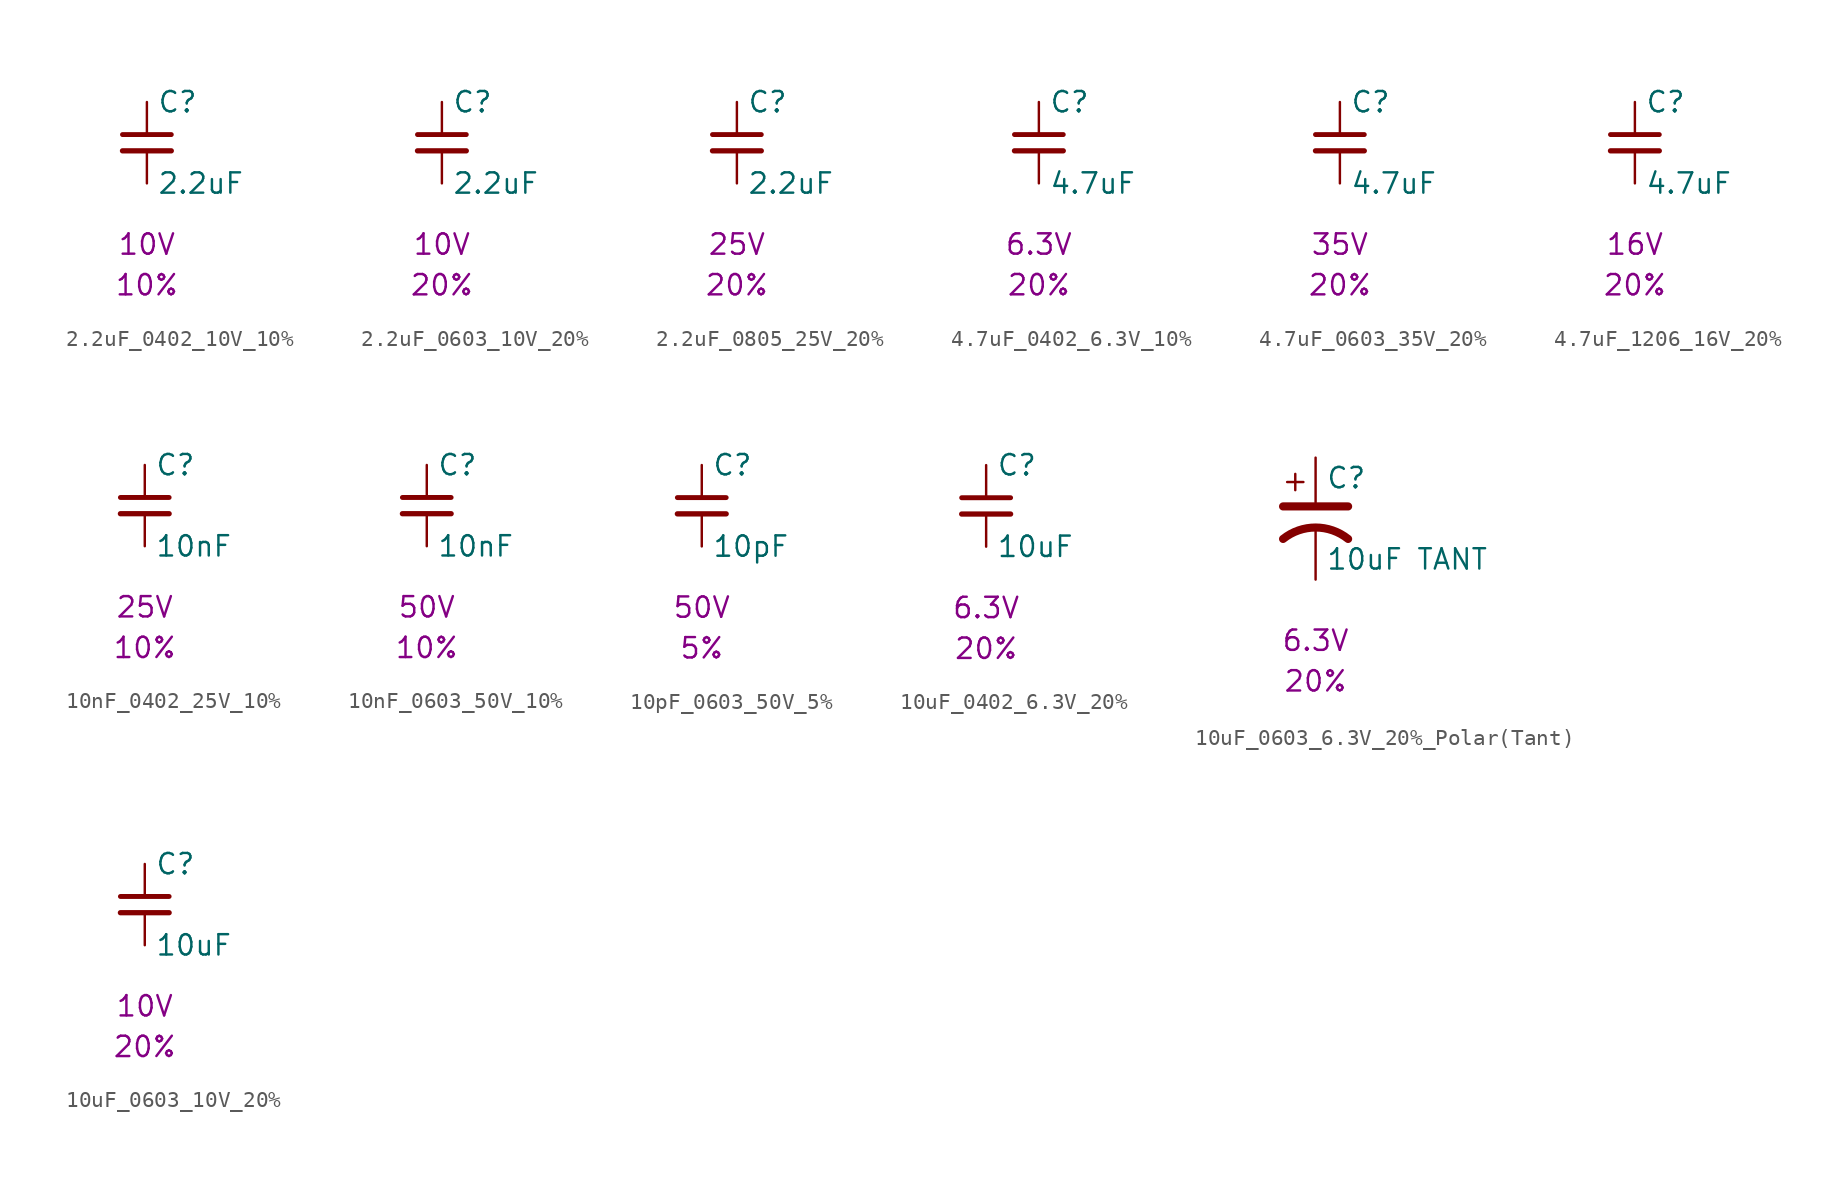
<source format=kicad_sym>
(kicad_symbol_lib
  (version 20231120)
  (generator "kicad_symbol_editor")
  (generator_version "8.0")
  (symbol "2.2uF_0402_10V_10%"
    (pin_numbers hide)
    (pin_names
      (offset 0.254))
    (property "Reference" "C"
      (at 0.635 2.54 0)
      (effects (font (size 1.27 1.27)) (justify left)))
    (property "Value" "2.2uF"
      (at 0.635 -2.54 0)
      (effects (font (size 1.27 1.27)) (justify left)))
    (property "Voltage" "10V"
      (at 0 -6.35 0)
      (effects (font (size 1.27 1.27))))
    (property "Tolerance" "10%"
      (at 0 -8.89 0)
      (effects (font (size 1.27 1.27))))
    (symbol "2.2uF_0402_10V_10%_0_1"
      (polyline (pts (xy -1.524 -0.508) (xy 1.524 -0.508)) (stroke (width 0.33) (type default)) (fill (type none)))
      (polyline (pts (xy -1.524 0.508) (xy 1.524 0.508)) (stroke (width 0.305) (type default)) (fill (type none))))
    (symbol "2.2uF_0402_10V_10%_1_1"
      (pin passive line (at 0 2.54 270) (length 2.032) (name "~" (effects (font (size 1.27 1.27)))) (number "1" (effects (font (size 1.27 1.27)))))
      (pin passive line (at 0 -2.54 90) (length 2.032) (name "~" (effects (font (size 1.27 1.27)))) (number "2" (effects (font (size 1.27 1.27)))))))
  (symbol "2.2uF_0603_10V_20%"
    (pin_numbers hide)
    (pin_names
      (offset 0.254))
    (property "Reference" "C"
      (at 0.635 2.54 0)
      (effects (font (size 1.27 1.27)) (justify left)))
    (property "Value" "2.2uF"
      (at 0.635 -2.54 0)
      (effects (font (size 1.27 1.27)) (justify left)))
    (property "Voltage" "10V"
      (at 0 -6.35 0)
      (effects (font (size 1.27 1.27))))
    (property "Tolerance" "20%"
      (at 0 -8.89 0)
      (effects (font (size 1.27 1.27))))
    (symbol "2.2uF_0603_10V_20%_0_1"
      (polyline (pts (xy -1.524 -0.508) (xy 1.524 -0.508)) (stroke (width 0.33) (type default)) (fill (type none)))
      (polyline (pts (xy -1.524 0.508) (xy 1.524 0.508)) (stroke (width 0.305) (type default)) (fill (type none))))
    (symbol "2.2uF_0603_10V_20%_1_1"
      (pin passive line (at 0 2.54 270) (length 2.032) (name "~" (effects (font (size 1.27 1.27)))) (number "1" (effects (font (size 1.27 1.27)))))
      (pin passive line (at 0 -2.54 90) (length 2.032) (name "~" (effects (font (size 1.27 1.27)))) (number "2" (effects (font (size 1.27 1.27)))))))
  (symbol "2.2uF_0805_25V_20%"
    (pin_numbers hide)
    (pin_names
      (offset 0.254))
    (property "Reference" "C"
      (at 0.635 2.54 0)
      (effects (font (size 1.27 1.27)) (justify left)))
    (property "Value" "2.2uF"
      (at 0.635 -2.54 0)
      (effects (font (size 1.27 1.27)) (justify left)))
    (property "Voltage" "25V"
      (at 0 -6.35 0)
      (effects (font (size 1.27 1.27))))
    (property "Tolerance" "20%"
      (at 0 -8.89 0)
      (effects (font (size 1.27 1.27))))
    (symbol "2.2uF_0805_25V_20%_0_1"
      (polyline (pts (xy -1.524 -0.508) (xy 1.524 -0.508)) (stroke (width 0.33) (type default)) (fill (type none)))
      (polyline (pts (xy -1.524 0.508) (xy 1.524 0.508)) (stroke (width 0.305) (type default)) (fill (type none))))
    (symbol "2.2uF_0805_25V_20%_1_1"
      (pin passive line (at 0 2.54 270) (length 2.032) (name "~" (effects (font (size 1.27 1.27)))) (number "1" (effects (font (size 1.27 1.27)))))
      (pin passive line (at 0 -2.54 90) (length 2.032) (name "~" (effects (font (size 1.27 1.27)))) (number "2" (effects (font (size 1.27 1.27)))))))
  (symbol "4.7uF_0402_6.3V_10%"
    (pin_numbers hide)
    (pin_names
      (offset 0.254))
    (property "Reference" "C"
      (at 0.635 2.54 0)
      (effects (font (size 1.27 1.27)) (justify left)))
    (property "Value" "4.7uF"
      (at 0.635 -2.54 0)
      (effects (font (size 1.27 1.27)) (justify left)))
    (property "Voltage" "6.3V"
      (at 0 -6.35 0)
      (effects (font (size 1.27 1.27))))
    (property "Tolerance" "20%"
      (at 0 -8.89 0)
      (effects (font (size 1.27 1.27))))
    (symbol "4.7uF_0402_6.3V_10%_0_1"
      (polyline (pts (xy -1.524 -0.508) (xy 1.524 -0.508)) (stroke (width 0.33) (type default)) (fill (type none)))
      (polyline (pts (xy -1.524 0.508) (xy 1.524 0.508)) (stroke (width 0.305) (type default)) (fill (type none))))
    (symbol "4.7uF_0402_6.3V_10%_1_1"
      (pin passive line (at 0 2.54 270) (length 2.032) (name "~" (effects (font (size 1.27 1.27)))) (number "1" (effects (font (size 1.27 1.27)))))
      (pin passive line (at 0 -2.54 90) (length 2.032) (name "~" (effects (font (size 1.27 1.27)))) (number "2" (effects (font (size 1.27 1.27)))))))
  (symbol "4.7uF_0603_35V_20%"
    (pin_numbers hide)
    (pin_names
      (offset 0.254))
    (property "Reference" "C"
      (at 0.635 2.54 0)
      (effects (font (size 1.27 1.27)) (justify left)))
    (property "Value" "4.7uF"
      (at 0.635 -2.54 0)
      (effects (font (size 1.27 1.27)) (justify left)))
    (property "Voltage" "35V"
      (at 0 -6.35 0)
      (effects (font (size 1.27 1.27))))
    (property "Tolerance" "20%"
      (at 0 -8.89 0)
      (effects (font (size 1.27 1.27))))
    (symbol "4.7uF_0603_35V_20%_0_1"
      (polyline (pts (xy -1.524 -0.508) (xy 1.524 -0.508)) (stroke (width 0.33) (type default)) (fill (type none)))
      (polyline (pts (xy -1.524 0.508) (xy 1.524 0.508)) (stroke (width 0.305) (type default)) (fill (type none))))
    (symbol "4.7uF_0603_35V_20%_1_1"
      (pin passive line (at 0 2.54 270) (length 2.032) (name "~" (effects (font (size 1.27 1.27)))) (number "1" (effects (font (size 1.27 1.27)))))
      (pin passive line (at 0 -2.54 90) (length 2.032) (name "~" (effects (font (size 1.27 1.27)))) (number "2" (effects (font (size 1.27 1.27)))))))
  (symbol "4.7uF_1206_16V_20%"
    (pin_numbers hide)
    (pin_names
      (offset 0.254))
    (property "Reference" "C"
      (at 0.635 2.54 0)
      (effects (font (size 1.27 1.27)) (justify left)))
    (property "Value" "4.7uF"
      (at 0.635 -2.54 0)
      (effects (font (size 1.27 1.27)) (justify left)))
    (property "Voltage" "16V"
      (at 0 -6.35 0)
      (effects (font (size 1.27 1.27))))
    (property "Tolerance" "20%"
      (at 0 -8.89 0)
      (effects (font (size 1.27 1.27))))
    (symbol "4.7uF_1206_16V_20%_0_1"
      (polyline (pts (xy -1.524 -0.508) (xy 1.524 -0.508)) (stroke (width 0.33) (type default)) (fill (type none)))
      (polyline (pts (xy -1.524 0.508) (xy 1.524 0.508)) (stroke (width 0.305) (type default)) (fill (type none))))
    (symbol "4.7uF_1206_16V_20%_1_1"
      (pin passive line (at 0 2.54 270) (length 2.032) (name "~" (effects (font (size 1.27 1.27)))) (number "1" (effects (font (size 1.27 1.27)))))
      (pin passive line (at 0 -2.54 90) (length 2.032) (name "~" (effects (font (size 1.27 1.27)))) (number "2" (effects (font (size 1.27 1.27)))))))
  (symbol "10nF_0402_25V_10%"
    (pin_numbers hide)
    (pin_names
      (offset 0.254))
    (property "Reference" "C"
      (at 0.635 2.54 0)
      (effects (font (size 1.27 1.27)) (justify left)))
    (property "Value" "10nF"
      (at 0.635 -2.54 0)
      (effects (font (size 1.27 1.27)) (justify left)))
    (property "Voltage" "25V"
      (at 0 -6.35 0)
      (effects (font (size 1.27 1.27))))
    (property "Tolerance" "10%"
      (at 0 -8.89 0)
      (effects (font (size 1.27 1.27))))
    (symbol "10nF_0402_25V_10%_0_1"
      (polyline (pts (xy -1.524 -0.508) (xy 1.524 -0.508)) (stroke (width 0.33) (type default)) (fill (type none)))
      (polyline (pts (xy -1.524 0.508) (xy 1.524 0.508)) (stroke (width 0.305) (type default)) (fill (type none))))
    (symbol "10nF_0402_25V_10%_1_1"
      (pin passive line (at 0 2.54 270) (length 2.032) (name "~" (effects (font (size 1.27 1.27)))) (number "1" (effects (font (size 1.27 1.27)))))
      (pin passive line (at 0 -2.54 90) (length 2.032) (name "~" (effects (font (size 1.27 1.27)))) (number "2" (effects (font (size 1.27 1.27)))))))
  (symbol "10nF_0603_50V_10%"
    (pin_numbers hide)
    (pin_names
      (offset 0.254))
    (property "Reference" "C"
      (at 0.635 2.54 0)
      (effects (font (size 1.27 1.27)) (justify left)))
    (property "Value" "10nF"
      (at 0.635 -2.54 0)
      (effects (font (size 1.27 1.27)) (justify left)))
    (property "Voltage" "50V"
      (at 0 -6.35 0)
      (effects (font (size 1.27 1.27))))
    (property "Tolerance" "10%"
      (at 0 -8.89 0)
      (effects (font (size 1.27 1.27))))
    (symbol "10nF_0603_50V_10%_0_1"
      (polyline (pts (xy -1.524 -0.508) (xy 1.524 -0.508)) (stroke (width 0.33) (type default)) (fill (type none)))
      (polyline (pts (xy -1.524 0.508) (xy 1.524 0.508)) (stroke (width 0.305) (type default)) (fill (type none))))
    (symbol "10nF_0603_50V_10%_1_1"
      (pin passive line (at 0 2.54 270) (length 2.032) (name "~" (effects (font (size 1.27 1.27)))) (number "1" (effects (font (size 1.27 1.27)))))
      (pin passive line (at 0 -2.54 90) (length 2.032) (name "~" (effects (font (size 1.27 1.27)))) (number "2" (effects (font (size 1.27 1.27)))))))
  (symbol "10pF_0603_50V_5%"
    (pin_numbers hide)
    (pin_names
      (offset 0.254))
    (property "Reference" "C"
      (at 0.635 2.54 0)
      (effects (font (size 1.27 1.27)) (justify left)))
    (property "Value" "10pF"
      (at 0.635 -2.54 0)
      (effects (font (size 1.27 1.27)) (justify left)))
    (property "Voltage" "50V"
      (at 0 -6.35 0)
      (effects (font (size 1.27 1.27))))
    (property "Tolerance" "5%"
      (at 0 -8.89 0)
      (effects (font (size 1.27 1.27))))
    (symbol "10pF_0603_50V_5%_0_1"
      (polyline (pts (xy -1.524 -0.508) (xy 1.524 -0.508)) (stroke (width 0.33) (type default)) (fill (type none)))
      (polyline (pts (xy -1.524 0.508) (xy 1.524 0.508)) (stroke (width 0.305) (type default)) (fill (type none))))
    (symbol "10pF_0603_50V_5%_1_1"
      (pin passive line (at 0 2.54 270) (length 2.032) (name "~" (effects (font (size 1.27 1.27)))) (number "1" (effects (font (size 1.27 1.27)))))
      (pin passive line (at 0 -2.54 90) (length 2.032) (name "~" (effects (font (size 1.27 1.27)))) (number "2" (effects (font (size 1.27 1.27)))))))
  (symbol "10uF_0402_6.3V_20%"
    (pin_numbers hide)
    (pin_names
      (offset 0.254))
    (property "Reference" "C"
      (at 0.635 2.54 0)
      (effects (font (size 1.27 1.27)) (justify left)))
    (property "Value" "10uF"
      (at 0.635 -2.54 0)
      (effects (font (size 1.27 1.27)) (justify left)))
    (property "Voltage" "6.3V"
      (at 0 -6.35 0)
      (effects (font (size 1.27 1.27))))
    (property "Tolerance" "20%"
      (at 0 -8.89 0)
      (effects (font (size 1.27 1.27))))
    (symbol "10uF_0402_6.3V_20%_0_1"
      (polyline (pts (xy -1.524 -0.508) (xy 1.524 -0.508)) (stroke (width 0.33) (type default)) (fill (type none)))
      (polyline (pts (xy -1.524 0.508) (xy 1.524 0.508)) (stroke (width 0.305) (type default)) (fill (type none))))
    (symbol "10uF_0402_6.3V_20%_1_1"
      (pin passive line (at 0 2.54 270) (length 2.032) (name "~" (effects (font (size 1.27 1.27)))) (number "1" (effects (font (size 1.27 1.27)))))
      (pin passive line (at 0 -2.54 90) (length 2.032) (name "~" (effects (font (size 1.27 1.27)))) (number "2" (effects (font (size 1.27 1.27)))))))
  (symbol "10uF_0603_6.3V_20%_Polar(Tant)"
    (pin_numbers hide)
    (pin_names
      (offset 0.254) hide)
    (property "Reference" "C"
      (at 0.635 2.54 0)
      (effects (font (size 1.27 1.27)) (justify left)))
    (property "Value" "10uF TANT"
      (at 0.635 -2.54 0)
      (effects (font (size 1.27 1.27)) (justify left)))
    (property "Voltage" "6.3V"
      (at 0 -7.62 0)
      (effects (font (size 1.27 1.27))))
    (property "Tolerance" "20%"
      (at 0 -10.16 0)
      (effects (font (size 1.27 1.27))))
    (symbol "10uF_0603_6.3V_20%_Polar(Tant)_0_1"
      (polyline (pts (xy -2.032 0.762) (xy 2.032 0.762)) (stroke (width 0.508) (type default)) (fill (type none)))
      (polyline (pts (xy -1.778 2.286) (xy -0.762 2.286)) (stroke (width 0) (type default)) (fill (type none)))
      (polyline (pts (xy -1.27 1.778) (xy -1.27 2.794)) (stroke (width 0) (type default)) (fill (type none)))
      (arc (start 2.032 -1.27) (mid 0 -0.5572) (end -2.032 -1.27) (stroke (width 0.508) (type default)) (fill (type none))))
    (symbol "10uF_0603_6.3V_20%_Polar(Tant)_1_1"
      (pin passive line (at 0 -3.81 90) (length 3.302) (name "~" (effects (font (size 1.27 1.27)))) (number "1" (effects (font (size 1.27 1.27)))))
      (pin passive line (at 0 3.81 270) (length 2.794) (name "~" (effects (font (size 1.27 1.27)))) (number "2" (effects (font (size 1.27 1.27)))))))
  (symbol "10uF_0603_10V_20%"
    (pin_numbers hide)
    (pin_names
      (offset 0.254))
    (property "Reference" "C"
      (at 0.635 2.54 0)
      (effects (font (size 1.27 1.27)) (justify left)))
    (property "Value" "10uF"
      (at 0.635 -2.54 0)
      (effects (font (size 1.27 1.27)) (justify left)))
    (property "Voltage" "10V"
      (at 0 -6.35 0)
      (effects (font (size 1.27 1.27))))
    (property "Tolerance" "20%"
      (at 0 -8.89 0)
      (effects (font (size 1.27 1.27))))
    (symbol "10uF_0603_10V_20%_0_1"
      (polyline (pts (xy -1.524 -0.508) (xy 1.524 -0.508)) (stroke (width 0.33) (type default)) (fill (type none)))
      (polyline (pts (xy -1.524 0.508) (xy 1.524 0.508)) (stroke (width 0.305) (type default)) (fill (type none))))
    (symbol "10uF_0603_10V_20%_1_1"
      (pin passive line (at 0 2.54 270) (length 2.032) (name "~" (effects (font (size 1.27 1.27)))) (number "1" (effects (font (size 1.27 1.27)))))
      (pin passive line (at 0 -2.54 90) (length 2.032) (name "~" (effects (font (size 1.27 1.27)))) (number "2" (effects (font (size 1.27 1.27))))))))
</source>
